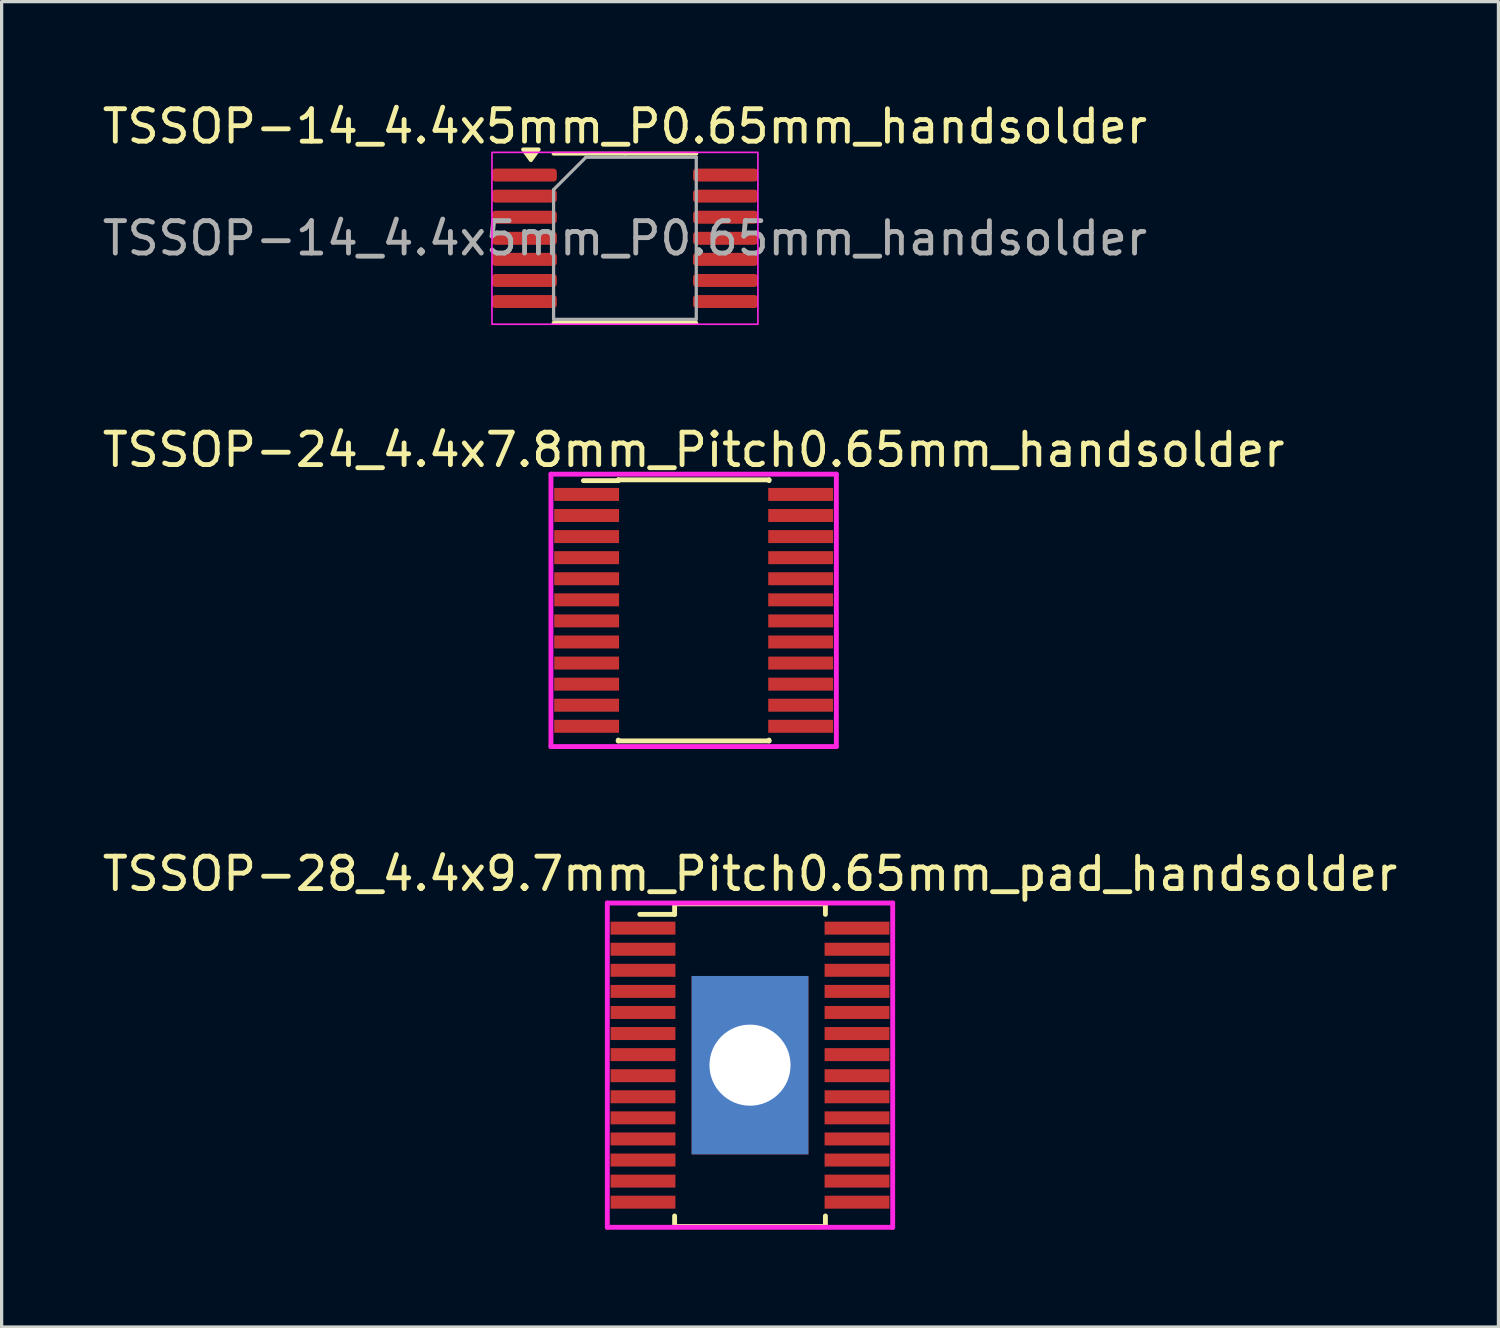
<source format=kicad_pcb>
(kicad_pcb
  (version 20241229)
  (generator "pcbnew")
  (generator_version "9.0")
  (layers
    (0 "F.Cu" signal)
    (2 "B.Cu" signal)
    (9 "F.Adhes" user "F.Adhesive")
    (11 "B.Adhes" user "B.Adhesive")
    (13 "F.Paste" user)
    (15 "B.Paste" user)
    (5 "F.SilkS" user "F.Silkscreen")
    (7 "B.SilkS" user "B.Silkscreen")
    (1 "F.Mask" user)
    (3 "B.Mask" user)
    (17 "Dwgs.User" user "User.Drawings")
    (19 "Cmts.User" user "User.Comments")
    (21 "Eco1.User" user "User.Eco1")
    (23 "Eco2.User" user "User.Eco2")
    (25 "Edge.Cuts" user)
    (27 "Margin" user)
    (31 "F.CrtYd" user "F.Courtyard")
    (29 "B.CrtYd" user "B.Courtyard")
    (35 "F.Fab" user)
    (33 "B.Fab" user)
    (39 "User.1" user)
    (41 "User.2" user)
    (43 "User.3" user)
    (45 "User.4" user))
  (footprint "TSSOP-28_4.4x9.7mm_Pitch0.65mm_pad_handsolder"
    (layer "F.Cu")
    (at 20.077 29.795)
    (property "Reference" "TSSOP-28_4.4x9.7mm_Pitch0.65mm_pad_handsolder" (at 0 -5.9 0) (layer "F.SilkS") (effects (font (size 1 1) (thickness 0.15))))
    (attr smd)
    (fp_line (start -2.325 -4.975) (end -2.325 -4.65) (stroke (width 0.15) (type solid)) (layer "F.SilkS"))
    (fp_line (start -2.325 -4.975) (end 2.325 -4.975) (stroke (width 0.15) (type solid)) (layer "F.SilkS"))
    (fp_line (start -2.325 -4.65) (end -3.4 -4.65) (stroke (width 0.15) (type solid)) (layer "F.SilkS"))
    (fp_line (start -2.325 4.975) (end -2.325 4.65) (stroke (width 0.15) (type solid)) (layer "F.SilkS"))
    (fp_line (start -2.325 4.975) (end 2.325 4.975) (stroke (width 0.15) (type solid)) (layer "F.SilkS"))
    (fp_line (start 2.325 -4.975) (end 2.325 -4.65) (stroke (width 0.15) (type solid)) (layer "F.SilkS"))
    (fp_line (start 2.325 4.975) (end 2.325 4.65) (stroke (width 0.15) (type solid)) (layer "F.SilkS"))
    (fp_line (start -4.4 -5) (end 4.4 -5) (stroke (width 0.15) (type solid)) (layer "F.CrtYd"))
    (fp_line (start -4.4 5) (end -4.4 -5) (stroke (width 0.15) (type solid)) (layer "F.CrtYd"))
    (fp_line (start -4.4 5) (end 4.4 5) (stroke (width 0.15) (type solid)) (layer "F.CrtYd"))
    (fp_line (start 4.4 5) (end 4.4 -5) (stroke (width 0.15) (type solid)) (layer "F.CrtYd"))
    (pad "1" smd rect (at -3.3 -4.225) (size 2 0.4) (layers "F.Cu" "F.Mask" "F.Paste"))
    (pad "2" smd rect (at -3.3 -3.575) (size 2 0.4) (layers "F.Cu" "F.Mask" "F.Paste"))
    (pad "3" smd rect (at -3.3 -2.925) (size 2 0.4) (layers "F.Cu" "F.Mask" "F.Paste"))
    (pad "4" smd rect (at -3.3 -2.275) (size 2 0.4) (layers "F.Cu" "F.Mask" "F.Paste"))
    (pad "5" smd rect (at -3.3 -1.625) (size 2 0.4) (layers "F.Cu" "F.Mask" "F.Paste"))
    (pad "6" smd rect (at -3.3 -0.975) (size 2 0.4) (layers "F.Cu" "F.Mask" "F.Paste"))
    (pad "7" smd rect (at -3.3 -0.325) (size 2 0.4) (layers "F.Cu" "F.Mask" "F.Paste"))
    (pad "8" smd rect (at -3.3 0.325) (size 2 0.4) (layers "F.Cu" "F.Mask" "F.Paste"))
    (pad "9" smd rect (at -3.3 0.975) (size 2 0.4) (layers "F.Cu" "F.Mask" "F.Paste"))
    (pad "10" smd rect (at -3.3 1.625) (size 2 0.4) (layers "F.Cu" "F.Mask" "F.Paste"))
    (pad "11" smd rect (at -3.3 2.275) (size 2 0.4) (layers "F.Cu" "F.Mask" "F.Paste"))
    (pad "12" smd rect (at -3.3 2.925) (size 2 0.4) (layers "F.Cu" "F.Mask" "F.Paste"))
    (pad "13" smd rect (at -3.3 3.575) (size 2 0.4) (layers "F.Cu" "F.Mask" "F.Paste"))
    (pad "14" smd rect (at -3.3 4.225) (size 2 0.4) (layers "F.Cu" "F.Mask" "F.Paste"))
    (pad "15" smd rect (at 3.3 4.225) (size 2 0.4) (layers "F.Cu" "F.Mask" "F.Paste"))
    (pad "16" smd rect (at 3.3 3.575) (size 2 0.4) (layers "F.Cu" "F.Mask" "F.Paste"))
    (pad "17" smd rect (at 3.3 2.925) (size 2 0.4) (layers "F.Cu" "F.Mask" "F.Paste"))
    (pad "18" smd rect (at 3.3 2.275) (size 2 0.4) (layers "F.Cu" "F.Mask" "F.Paste"))
    (pad "19" smd rect (at 3.3 1.625) (size 2 0.4) (layers "F.Cu" "F.Mask" "F.Paste"))
    (pad "20" smd rect (at 3.3 0.975) (size 2 0.4) (layers "F.Cu" "F.Mask" "F.Paste"))
    (pad "21" smd rect (at 3.3 0.325) (size 2 0.4) (layers "F.Cu" "F.Mask" "F.Paste"))
    (pad "22" smd rect (at 3.3 -0.325) (size 2 0.4) (layers "F.Cu" "F.Mask" "F.Paste"))
    (pad "23" smd rect (at 3.3 -0.975) (size 2 0.4) (layers "F.Cu" "F.Mask" "F.Paste"))
    (pad "24" smd rect (at 3.3 -1.625) (size 2 0.4) (layers "F.Cu" "F.Mask" "F.Paste"))
    (pad "25" smd rect (at 3.3 -2.275) (size 2 0.4) (layers "F.Cu" "F.Mask" "F.Paste"))
    (pad "26" smd rect (at 3.3 -2.925) (size 2 0.4) (layers "F.Cu" "F.Mask" "F.Paste"))
    (pad "27" smd rect (at 3.3 -3.575) (size 2 0.4) (layers "F.Cu" "F.Mask" "F.Paste"))
    (pad "28" smd rect (at 3.3 -4.225) (size 2 0.4) (layers "F.Cu" "F.Mask" "F.Paste"))
    (pad "29" thru_hole rect (at 0 0) (size 3.6 5.5) (drill 2.5) (layers "*.Cu" "*.Mask")))
  (footprint "TSSOP-14_4.4x5mm_P0.65mm_handsolder"
    (layer "F.Cu")
    (at 16.22 4.298)
    (property "Reference" "TSSOP-14_4.4x5mm_P0.65mm_handsolder" (at 0 -3.45 0) (layer "F.SilkS") (effects (font (size 1 1) (thickness 0.15))))
    (attr smd)
    (fp_line (start 0 -2.61) (end -2.2 -2.61) (stroke (width 0.12) (type solid)) (layer "F.SilkS"))
    (fp_line (start 0 -2.61) (end 2.2 -2.61) (stroke (width 0.12) (type solid)) (layer "F.SilkS"))
    (fp_line (start 0 2.61) (end -2.2 2.61) (stroke (width 0.12) (type solid)) (layer "F.SilkS"))
    (fp_line (start 0 2.61) (end 2.2 2.61) (stroke (width 0.12) (type solid)) (layer "F.SilkS"))
    (fp_poly (pts (xy -2.9 -2.41) (xy -3.14 -2.74) (xy -2.66 -2.74) (xy -2.9 -2.41)) (stroke (width 0.12) (type solid)) (fill yes) (layer "F.SilkS"))
    (fp_rect (start -4.1 -2.65) (end 4.1 2.65) (stroke (width 0.05) (type default)) (fill no) (layer "F.CrtYd"))
    (fp_line (start -2.2 -1.5) (end -1.2 -2.5) (stroke (width 0.1) (type solid)) (layer "F.Fab"))
    (fp_line (start -2.2 2.5) (end -2.2 -1.5) (stroke (width 0.1) (type solid)) (layer "F.Fab"))
    (fp_line (start -1.2 -2.5) (end 2.2 -2.5) (stroke (width 0.1) (type solid)) (layer "F.Fab"))
    (fp_line (start 2.2 -2.5) (end 2.2 2.5) (stroke (width 0.1) (type solid)) (layer "F.Fab"))
    (fp_line (start 2.2 2.5) (end -2.2 2.5) (stroke (width 0.1) (type solid)) (layer "F.Fab"))
    (fp_text user "${REFERENCE}" (at 0 0 0) (layer "F.Fab") (effects (font (size 1 1) (thickness 0.15))))
    (pad "1" smd roundrect (at -3.1 -1.95) (size 2 0.4) (layers "F.Cu" "F.Mask" "F.Paste") (roundrect_rratio 0.25))
    (pad "2" smd roundrect (at -3.1 -1.3) (size 2 0.4) (layers "F.Cu" "F.Mask" "F.Paste") (roundrect_rratio 0.25))
    (pad "3" smd roundrect (at -3.1 -0.65) (size 2 0.4) (layers "F.Cu" "F.Mask" "F.Paste") (roundrect_rratio 0.25))
    (pad "4" smd roundrect (at -3.1 0) (size 2 0.4) (layers "F.Cu" "F.Mask" "F.Paste") (roundrect_rratio 0.25))
    (pad "5" smd roundrect (at -3.1 0.65) (size 2 0.4) (layers "F.Cu" "F.Mask" "F.Paste") (roundrect_rratio 0.25))
    (pad "6" smd roundrect (at -3.1 1.3) (size 2 0.4) (layers "F.Cu" "F.Mask" "F.Paste") (roundrect_rratio 0.25))
    (pad "7" smd roundrect (at -3.1 1.95) (size 2 0.4) (layers "F.Cu" "F.Mask" "F.Paste") (roundrect_rratio 0.25))
    (pad "8" smd roundrect (at 3.1 1.95) (size 2 0.4) (layers "F.Cu" "F.Mask" "F.Paste") (roundrect_rratio 0.25))
    (pad "9" smd roundrect (at 3.1 1.3) (size 2 0.4) (layers "F.Cu" "F.Mask" "F.Paste") (roundrect_rratio 0.25))
    (pad "10" smd roundrect (at 3.1 0.65) (size 2 0.4) (layers "F.Cu" "F.Mask" "F.Paste") (roundrect_rratio 0.25))
    (pad "11" smd roundrect (at 3.1 0) (size 2 0.4) (layers "F.Cu" "F.Mask" "F.Paste") (roundrect_rratio 0.25))
    (pad "12" smd roundrect (at 3.1 -0.65) (size 2 0.4) (layers "F.Cu" "F.Mask" "F.Paste") (roundrect_rratio 0.25))
    (pad "13" smd roundrect (at 3.1 -1.3) (size 2 0.4) (layers "F.Cu" "F.Mask" "F.Paste") (roundrect_rratio 0.25))
    (pad "14" smd roundrect (at 3.1 -1.95) (size 2 0.4) (layers "F.Cu" "F.Mask" "F.Paste") (roundrect_rratio 0.25)))
  (footprint "TSSOP-24_4.4x7.8mm_Pitch0.65mm_handsolder"
    (layer "F.Cu")
    (at 18.339 15.771)
    (property "Reference" "TSSOP-24_4.4x7.8mm_Pitch0.65mm_handsolder" (at 0 -4.95 0) (layer "F.SilkS") (effects (font (size 1 1) (thickness 0.15))))
    (attr smd)
    (fp_line (start -2.325 -4.025) (end -2.325 -4) (stroke (width 0.15) (type solid)) (layer "F.SilkS"))
    (fp_line (start -2.325 -4.025) (end 2.325 -4.025) (stroke (width 0.15) (type solid)) (layer "F.SilkS"))
    (fp_line (start -2.325 -4) (end -3.4 -4) (stroke (width 0.15) (type solid)) (layer "F.SilkS"))
    (fp_line (start -2.325 4.025) (end -2.325 4) (stroke (width 0.15) (type solid)) (layer "F.SilkS"))
    (fp_line (start -2.325 4.025) (end 2.325 4.025) (stroke (width 0.15) (type solid)) (layer "F.SilkS"))
    (fp_line (start 2.325 -4.025) (end 2.325 -4) (stroke (width 0.15) (type solid)) (layer "F.SilkS"))
    (fp_line (start 2.325 4.025) (end 2.325 4) (stroke (width 0.15) (type solid)) (layer "F.SilkS"))
    (fp_line (start -4.4 -4.2) (end 4.4 -4.2) (stroke (width 0.15) (type solid)) (layer "F.CrtYd"))
    (fp_line (start -4.4 4.2) (end -4.4 -4.2) (stroke (width 0.15) (type solid)) (layer "F.CrtYd"))
    (fp_line (start 4.4 -4.2) (end 4.4 4.2) (stroke (width 0.15) (type solid)) (layer "F.CrtYd"))
    (fp_line (start 4.4 4.2) (end -4.4 4.2) (stroke (width 0.15) (type solid)) (layer "F.CrtYd"))
    (pad "1" smd rect (at -3.3 -3.575) (size 2 0.4) (layers "F.Cu" "F.Mask" "F.Paste"))
    (pad "2" smd rect (at -3.3 -2.925) (size 2 0.4) (layers "F.Cu" "F.Mask" "F.Paste"))
    (pad "3" smd rect (at -3.3 -2.275) (size 2 0.4) (layers "F.Cu" "F.Mask" "F.Paste"))
    (pad "4" smd rect (at -3.3 -1.625) (size 2 0.4) (layers "F.Cu" "F.Mask" "F.Paste"))
    (pad "5" smd rect (at -3.3 -0.975) (size 2 0.4) (layers "F.Cu" "F.Mask" "F.Paste"))
    (pad "6" smd rect (at -3.3 -0.325) (size 2 0.4) (layers "F.Cu" "F.Mask" "F.Paste"))
    (pad "7" smd rect (at -3.3 0.325) (size 2 0.4) (layers "F.Cu" "F.Mask" "F.Paste"))
    (pad "8" smd rect (at -3.3 0.975) (size 2 0.4) (layers "F.Cu" "F.Mask" "F.Paste"))
    (pad "9" smd rect (at -3.3 1.625) (size 2 0.4) (layers "F.Cu" "F.Mask" "F.Paste"))
    (pad "10" smd rect (at -3.3 2.275) (size 2 0.4) (layers "F.Cu" "F.Mask" "F.Paste"))
    (pad "11" smd rect (at -3.3 2.925) (size 2 0.4) (layers "F.Cu" "F.Mask" "F.Paste"))
    (pad "12" smd rect (at -3.3 3.575) (size 2 0.4) (layers "F.Cu" "F.Mask" "F.Paste"))
    (pad "13" smd rect (at 3.3 3.575) (size 2 0.4) (layers "F.Cu" "F.Mask" "F.Paste"))
    (pad "14" smd rect (at 3.3 2.925) (size 2 0.4) (layers "F.Cu" "F.Mask" "F.Paste"))
    (pad "15" smd rect (at 3.3 2.275) (size 2 0.4) (layers "F.Cu" "F.Mask" "F.Paste"))
    (pad "16" smd rect (at 3.3 1.625) (size 2 0.4) (layers "F.Cu" "F.Mask" "F.Paste"))
    (pad "17" smd rect (at 3.3 0.975) (size 2 0.4) (layers "F.Cu" "F.Mask" "F.Paste"))
    (pad "18" smd rect (at 3.3 0.325) (size 2 0.4) (layers "F.Cu" "F.Mask" "F.Paste"))
    (pad "19" smd rect (at 3.3 -0.325) (size 2 0.4) (layers "F.Cu" "F.Mask" "F.Paste"))
    (pad "20" smd rect (at 3.3 -0.975) (size 2 0.4) (layers "F.Cu" "F.Mask" "F.Paste"))
    (pad "21" smd rect (at 3.3 -1.625) (size 2 0.4) (layers "F.Cu" "F.Mask" "F.Paste"))
    (pad "22" smd rect (at 3.3 -2.275) (size 2 0.4) (layers "F.Cu" "F.Mask" "F.Paste"))
    (pad "23" smd rect (at 3.3 -2.925) (size 2 0.4) (layers "F.Cu" "F.Mask" "F.Paste"))
    (pad "24" smd rect (at 3.3 -3.575) (size 2 0.4) (layers "F.Cu" "F.Mask" "F.Paste")))
  (gr_rect
    (start -3 -3)
    (end 43.155 37.87)
    (stroke (width 0.1) (type default))
    (fill no)
    (layer "Edge.Cuts")))
</source>
